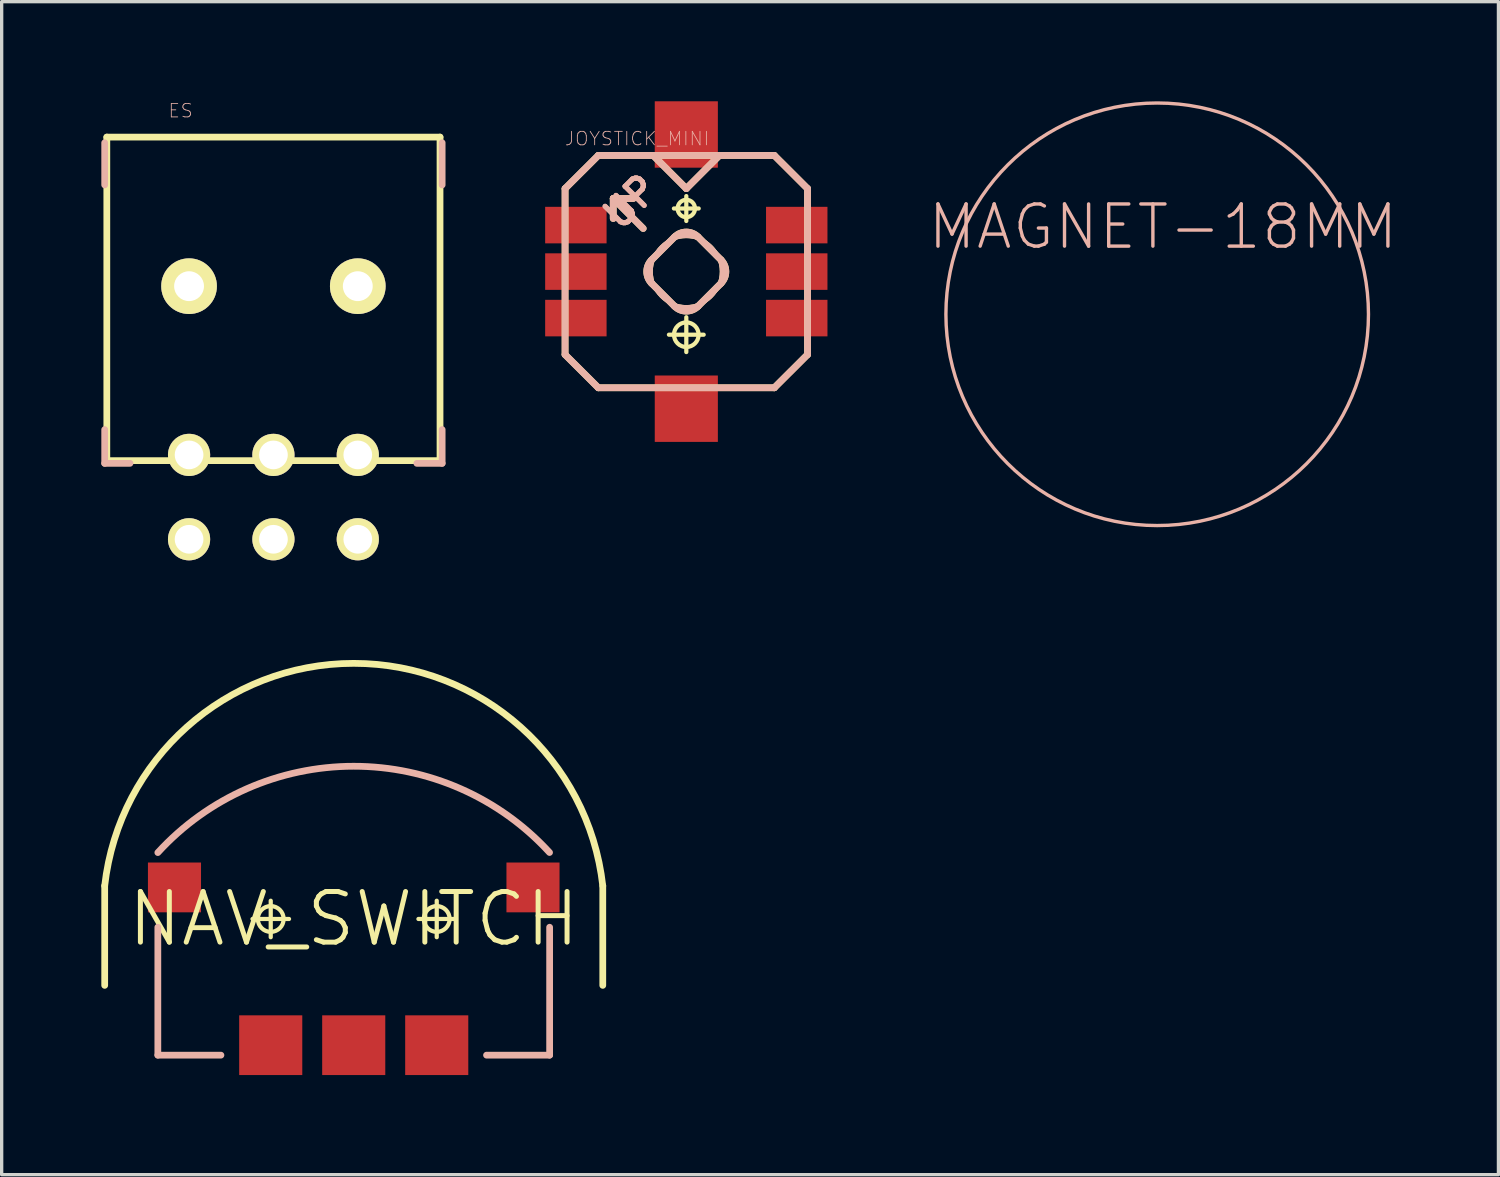
<source format=kicad_pcb>
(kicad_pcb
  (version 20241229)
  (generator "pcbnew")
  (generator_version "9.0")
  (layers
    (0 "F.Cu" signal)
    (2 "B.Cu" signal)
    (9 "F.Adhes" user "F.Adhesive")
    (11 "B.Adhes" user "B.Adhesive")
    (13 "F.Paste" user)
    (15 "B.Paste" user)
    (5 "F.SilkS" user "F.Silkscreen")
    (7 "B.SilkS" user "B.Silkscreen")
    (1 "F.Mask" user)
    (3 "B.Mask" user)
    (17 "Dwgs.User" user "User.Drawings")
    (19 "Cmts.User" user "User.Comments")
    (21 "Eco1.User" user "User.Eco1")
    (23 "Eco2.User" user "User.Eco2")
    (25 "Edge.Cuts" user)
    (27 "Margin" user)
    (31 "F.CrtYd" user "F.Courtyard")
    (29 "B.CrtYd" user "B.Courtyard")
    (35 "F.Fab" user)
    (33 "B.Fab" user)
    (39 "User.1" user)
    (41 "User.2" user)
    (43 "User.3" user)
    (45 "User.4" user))
  (footprint "MAGNET-18MM"
    (layer "F.Cu")
    (at 31.79 6.412)
    (property "Reference" "MAGNET-18MM" (at 0.173 -2.634 0) (layer "B.SilkS") (effects (font (size 1.27 1.27) (thickness 0.102))))
    (attr exclude_from_pos_files exclude_from_bom)
    (fp_circle (center 0 0) (end -4.498 4.498) (stroke (width 0.102) (type solid)) (fill no) (layer "B.SilkS")))
  (footprint "NAV_SWITCH"
    (layer "F.Cu")
    (at 7.6 24.618)
    (property "Reference" "NAV_SWITCH" (at 0 0 0) (layer "F.SilkS") (effects (font (size 1.524 1.524) (thickness 0.15))))
    (attr smd)
    (fp_line (start -7.498 1.999) (end -7.498 -0.998) (stroke (width 0.203) (type solid)) (layer "F.SilkS"))
    (fp_line (start -3.048 0) (end -1.948 0) (stroke (width 0.127) (type solid)) (layer "F.SilkS"))
    (fp_line (start -2.499 0.549) (end -2.499 -0.549) (stroke (width 0.127) (type solid)) (layer "F.SilkS"))
    (fp_line (start 1.948 0) (end 3.048 0) (stroke (width 0.127) (type solid)) (layer "F.SilkS"))
    (fp_line (start 2.499 0.549) (end 2.499 -0.549) (stroke (width 0.127) (type solid)) (layer "F.SilkS"))
    (fp_line (start 7.498 1.999) (end 7.498 -0.998) (stroke (width 0.203) (type solid)) (layer "F.SilkS"))
    (fp_arc (start -7.49808 -0.99822) (mid 0.000685 -7.695781) (end 7.498234 -0.996859) (stroke (width 0.2032) (type solid)) (layer "F.SilkS"))
    (fp_circle (center -2.499 0) (end -2.774 0.274) (stroke (width 0.127) (type solid)) (fill no) (layer "F.SilkS"))
    (fp_circle (center 2.499 0) (end 2.774 0.274) (stroke (width 0.127) (type solid)) (fill no) (layer "F.SilkS"))
    (fp_line (start -5.898 4.1) (end -5.898 0.249) (stroke (width 0.203) (type solid)) (layer "B.SilkS"))
    (fp_line (start -5.898 4.1) (end -3.998 4.1) (stroke (width 0.203) (type solid)) (layer "B.SilkS"))
    (fp_line (start 5.898 4.1) (end 3.998 4.1) (stroke (width 0.203) (type solid)) (layer "B.SilkS"))
    (fp_line (start 5.898 4.1) (end 5.898 0.249) (stroke (width 0.203) (type solid)) (layer "B.SilkS"))
    (fp_arc (start -5.89788 -1.99898) (mid -0.001867 -4.598004) (end 5.89536 -2.001735) (stroke (width 0.2032) (type solid)) (layer "B.SilkS"))
    (pad "1" smd rect (at -2.499 3.8) (size 1.9 1.798) (layers "F.Cu" "F.Mask" "F.Paste"))
    (pad "2" smd rect (at 2.499 3.8) (size 1.9 1.798) (layers "F.Cu" "F.Mask" "F.Paste"))
    (pad "C" smd rect (at 5.397 -0.95) (size 1.598 1.499) (layers "F.Cu" "F.Mask" "F.Paste"))
    (pad "NC" smd rect (at -5.397 -0.95) (size 1.598 1.499) (layers "F.Cu" "F.Mask" "F.Paste"))
    (pad "T" smd rect (at 0 3.8) (size 1.9 1.798) (layers "F.Cu" "F.Mask" "F.Paste")))
  (footprint "JOYSTICK_MINI"
    (layer "F.Cu")
    (at 17.613 5.127)
    (property "Reference" "JOYSTICK_MINI" (at -1.483 -4.003 0) (layer "B.SilkS") (effects (font (size 0.406 0.406) (thickness 0.025))))
    (attr smd)
    (fp_line (start -3.65 -2.499) (end -2.649 -3.498) (stroke (width 0.203) (type solid)) (layer "F.SilkS"))
    (fp_line (start -3.65 2.499) (end -3.65 -2.499) (stroke (width 0.203) (type solid)) (layer "F.SilkS"))
    (fp_line (start -2.649 -3.498) (end -0.998 -3.498) (stroke (width 0.203) (type solid)) (layer "F.SilkS"))
    (fp_line (start -2.649 3.498) (end -3.65 2.499) (stroke (width 0.203) (type solid)) (layer "F.SilkS"))
    (fp_line (start -2.2 -2.2) (end -2.2 -1.598) (stroke (width 0.203) (type solid)) (layer "F.SilkS"))
    (fp_line (start -2.2 -2.2) (end -1.598 -2.2) (stroke (width 0.203) (type solid)) (layer "F.SilkS"))
    (fp_line (start -1.298 -1.298) (end -2.2 -2.2) (stroke (width 0.203) (type solid)) (layer "F.SilkS"))
    (fp_line (start -1.044 0.353) (end -0.353 1.044) (stroke (width 0.203) (type solid)) (layer "F.SilkS"))
    (fp_line (start -0.998 -3.498) (end 0.998 -3.498) (stroke (width 0.203) (type solid)) (layer "F.SilkS"))
    (fp_line (start -0.523 1.9) (end 0.523 1.9) (stroke (width 0.127) (type solid)) (layer "F.SilkS"))
    (fp_line (start -0.373 -1.9) (end 0.373 -1.9) (stroke (width 0.127) (type solid)) (layer "F.SilkS"))
    (fp_line (start -0.353 -1.044) (end -1.044 -0.353) (stroke (width 0.203) (type solid)) (layer "F.SilkS"))
    (fp_line (start 0 -2.499) (end -0.998 -3.498) (stroke (width 0.203) (type solid)) (layer "F.SilkS"))
    (fp_line (start 0 -2.499) (end 0.998 -3.498) (stroke (width 0.203) (type solid)) (layer "F.SilkS"))
    (fp_line (start 0 -1.524) (end 0 -2.273) (stroke (width 0.127) (type solid)) (layer "F.SilkS"))
    (fp_line (start 0 2.423) (end 0 1.374) (stroke (width 0.127) (type solid)) (layer "F.SilkS"))
    (fp_line (start 0.353 1.044) (end 1.044 0.353) (stroke (width 0.203) (type solid)) (layer "F.SilkS"))
    (fp_line (start 0.998 -3.498) (end 2.649 -3.498) (stroke (width 0.203) (type solid)) (layer "F.SilkS"))
    (fp_line (start 1.044 -0.353) (end 0.353 -1.044) (stroke (width 0.203) (type solid)) (layer "F.SilkS"))
    (fp_line (start 2.649 -3.498) (end 3.65 -2.499) (stroke (width 0.203) (type solid)) (layer "F.SilkS"))
    (fp_line (start 2.649 3.498) (end -2.649 3.498) (stroke (width 0.203) (type solid)) (layer "F.SilkS"))
    (fp_line (start 3.65 -2.499) (end 3.65 2.499) (stroke (width 0.203) (type solid)) (layer "F.SilkS"))
    (fp_line (start 3.65 2.499) (end 2.649 3.498) (stroke (width 0.203) (type solid)) (layer "F.SilkS"))
    (fp_arc (start -1.04394 0.35306) (mid -1.190182 0) (end -1.04394 -0.35306) (stroke (width 0.2032) (type solid)) (layer "F.SilkS"))
    (fp_arc (start -0.35306 -1.04394) (mid 0 -1.190182) (end 0.35306 -1.04394) (stroke (width 0.2032) (type solid)) (layer "F.SilkS"))
    (fp_arc (start 0.35306 1.04394) (mid 0 1.190182) (end -0.35306 1.04394) (stroke (width 0.2032) (type solid)) (layer "F.SilkS"))
    (fp_arc (start 1.04394 -0.35306) (mid 1.190182 0) (end 1.04394 0.35306) (stroke (width 0.2032) (type solid)) (layer "F.SilkS"))
    (fp_circle (center 0 -1.9) (end -0.185 -2.085) (stroke (width 0.127) (type solid)) (fill no) (layer "F.SilkS"))
    (fp_circle (center 0 0) (end -0.749 0.749) (stroke (width 0.102) (type solid)) (fill no) (layer "F.SilkS"))
    (fp_circle (center 0 1.9) (end -0.262 2.162) (stroke (width 0.127) (type solid)) (fill no) (layer "F.SilkS"))
    (fp_line (start -3.65 -2.499) (end -2.649 -3.498) (stroke (width 0.203) (type solid)) (layer "B.SilkS"))
    (fp_line (start -3.65 2.499) (end -3.65 -2.499) (stroke (width 0.203) (type solid)) (layer "B.SilkS"))
    (fp_line (start -2.649 -3.498) (end -0.998 -3.498) (stroke (width 0.203) (type solid)) (layer "B.SilkS"))
    (fp_line (start -2.649 3.498) (end -3.65 2.499) (stroke (width 0.203) (type solid)) (layer "B.SilkS"))
    (fp_line (start -2.2 -2.2) (end -2.2 -1.598) (stroke (width 0.203) (type solid)) (layer "B.SilkS"))
    (fp_line (start -2.2 -2.2) (end -1.598 -2.2) (stroke (width 0.203) (type solid)) (layer "B.SilkS"))
    (fp_line (start -1.298 -1.298) (end -2.2 -2.2) (stroke (width 0.203) (type solid)) (layer "B.SilkS"))
    (fp_line (start -1.044 0.353) (end -0.353 1.044) (stroke (width 0.203) (type solid)) (layer "B.SilkS"))
    (fp_line (start -0.998 -3.498) (end 0.998 -3.498) (stroke (width 0.203) (type solid)) (layer "B.SilkS"))
    (fp_line (start -0.353 -1.044) (end -1.044 -0.353) (stroke (width 0.203) (type solid)) (layer "B.SilkS"))
    (fp_line (start 0 -2.499) (end -0.998 -3.498) (stroke (width 0.203) (type solid)) (layer "B.SilkS"))
    (fp_line (start 0 -2.499) (end 0.998 -3.498) (stroke (width 0.203) (type solid)) (layer "B.SilkS"))
    (fp_line (start 0.353 1.044) (end 1.044 0.353) (stroke (width 0.203) (type solid)) (layer "B.SilkS"))
    (fp_line (start 0.998 -3.498) (end 2.649 -3.498) (stroke (width 0.203) (type solid)) (layer "B.SilkS"))
    (fp_line (start 1.044 -0.353) (end 0.353 -1.044) (stroke (width 0.203) (type solid)) (layer "B.SilkS"))
    (fp_line (start 2.649 -3.498) (end 3.65 -2.499) (stroke (width 0.203) (type solid)) (layer "B.SilkS"))
    (fp_line (start 2.649 3.498) (end -2.649 3.498) (stroke (width 0.203) (type solid)) (layer "B.SilkS"))
    (fp_line (start 3.65 -2.499) (end 3.65 2.499) (stroke (width 0.203) (type solid)) (layer "B.SilkS"))
    (fp_line (start 3.65 2.499) (end 2.649 3.498) (stroke (width 0.203) (type solid)) (layer "B.SilkS"))
    (fp_arc (start -1.04394 0.35306) (mid -1.190182 0) (end -1.04394 -0.35306) (stroke (width 0.2032) (type solid)) (layer "B.SilkS"))
    (fp_arc (start -0.35306 -1.04394) (mid 0 -1.190182) (end 0.35306 -1.04394) (stroke (width 0.2032) (type solid)) (layer "B.SilkS"))
    (fp_arc (start 0.35306 1.04394) (mid 0 1.190182) (end -0.35306 1.04394) (stroke (width 0.2032) (type solid)) (layer "B.SilkS"))
    (fp_arc (start 1.04394 -0.35306) (mid 1.190182 0) (end 1.04394 0.35306) (stroke (width 0.2032) (type solid)) (layer "B.SilkS"))
    (fp_circle (center 0 0) (end -0.749 0.749) (stroke (width 0.102) (type solid)) (fill no) (layer "B.SilkS"))
    (fp_text user "UP" (at -1.679 -2.103 45) (layer "B.SilkS") (effects (font (size 0.813 0.813) (thickness 0.152))))
    (fp_text user "UP" (at -1.679 -2.103 45) (layer "B.SilkS") (effects (font (size 0.813 0.813) (thickness 0.152))))
    (pad "A" smd rect (at -3.325 -1.4) (size 1.849 1.1) (layers "F.Cu" "F.Mask" "F.Paste"))
    (pad "B" smd rect (at 3.325 -1.4) (size 1.849 1.1) (layers "F.Cu" "F.Mask" "F.Paste"))
    (pad "C" smd rect (at -3.325 1.4) (size 1.849 1.1) (layers "F.Cu" "F.Mask" "F.Paste"))
    (pad "CTR" smd rect (at -3.325 0) (size 1.849 1.1) (layers "F.Cu" "F.Mask" "F.Paste"))
    (pad "D" smd rect (at 3.325 1.4) (size 1.849 1.1) (layers "F.Cu" "F.Mask" "F.Paste"))
    (pad "GND" smd rect (at 3.325 0) (size 1.849 1.1) (layers "F.Cu" "F.Mask" "F.Paste"))
    (pad "NC" smd rect (at 0 -4.128) (size 1.9 1.999) (layers "F.Cu" "F.Mask" "F.Paste"))
    (pad "NC@0" smd rect (at 0 4.128) (size 1.9 1.999) (layers "F.Cu" "F.Mask" "F.Paste")))
  (footprint "ES"
    (layer "F.Cu")
    (at 5.182 13.186)
    (property "Reference" "ES" (at -2.794 -12.903 0) (layer "B.SilkS") (effects (font (size 0.406 0.406) (thickness 0.025))))
    (attr exclude_from_pos_files exclude_from_bom)
    (fp_line (start -5.016 -12.108) (end 5.016 -12.108) (stroke (width 0.203) (type solid)) (layer "F.SilkS"))
    (fp_line (start -5.016 -2.367) (end -5.016 -12.108) (stroke (width 0.203) (type solid)) (layer "F.SilkS"))
    (fp_line (start 5.016 -12.108) (end 5.016 -2.367) (stroke (width 0.203) (type solid)) (layer "F.SilkS"))
    (fp_line (start 5.016 -2.367) (end -5.016 -2.367) (stroke (width 0.203) (type solid)) (layer "F.SilkS"))
    (fp_line (start -5.08 -10.668) (end -5.08 -11.938) (stroke (width 0.203) (type solid)) (layer "B.SilkS"))
    (fp_line (start -5.08 -2.286) (end -5.08 -3.302) (stroke (width 0.203) (type solid)) (layer "B.SilkS"))
    (fp_line (start -4.318 -2.286) (end -5.08 -2.286) (stroke (width 0.203) (type solid)) (layer "B.SilkS"))
    (fp_line (start 4.318 -2.286) (end 5.08 -2.286) (stroke (width 0.203) (type solid)) (layer "B.SilkS"))
    (fp_line (start 5.08 -10.668) (end 5.08 -11.938) (stroke (width 0.203) (type solid)) (layer "B.SilkS"))
    (fp_line (start 5.08 -2.286) (end 5.08 -3.302) (stroke (width 0.203) (type solid)) (layer "B.SilkS"))
    (pad "1" thru_hole circle (at 2.54 -2.54) (size 1.27 1.27) (drill 0.864) (layers "*.Cu" "F.Mask" "F.SilkS" "F.Paste"))
    (pad "2" thru_hole circle (at 0 -2.54) (size 1.27 1.27) (drill 0.864) (layers "*.Cu" "F.Mask" "F.SilkS" "F.Paste"))
    (pad "3" thru_hole circle (at -2.54 -2.54) (size 1.27 1.27) (drill 0.864) (layers "*.Cu" "F.Mask" "F.SilkS" "F.Paste"))
    (pad "4" thru_hole circle (at 2.54 0) (size 1.27 1.27) (drill 0.864) (layers "*.Cu" "F.Mask" "F.SilkS" "F.Paste"))
    (pad "5" thru_hole circle (at 0 0) (size 1.27 1.27) (drill 0.864) (layers "*.Cu" "F.Mask" "F.SilkS" "F.Paste"))
    (pad "6" thru_hole circle (at -2.54 0) (size 1.27 1.27) (drill 0.864) (layers "*.Cu" "F.Mask" "F.SilkS" "F.Paste"))
    (pad "NC@1" thru_hole circle (at -2.54 -7.62) (size 1.676 1.676) (drill 0.899) (layers "*.Cu" "F.Mask" "F.SilkS" "F.Paste"))
    (pad "NC@2" thru_hole circle (at 2.54 -7.62) (size 1.676 1.676) (drill 0.899) (layers "*.Cu" "F.Mask" "F.SilkS" "F.Paste")))
  (gr_rect
    (start -3 -3)
    (end 42.064 32.317)
    (stroke (width 0.1) (type default))
    (fill no)
    (layer "Edge.Cuts")))
</source>
